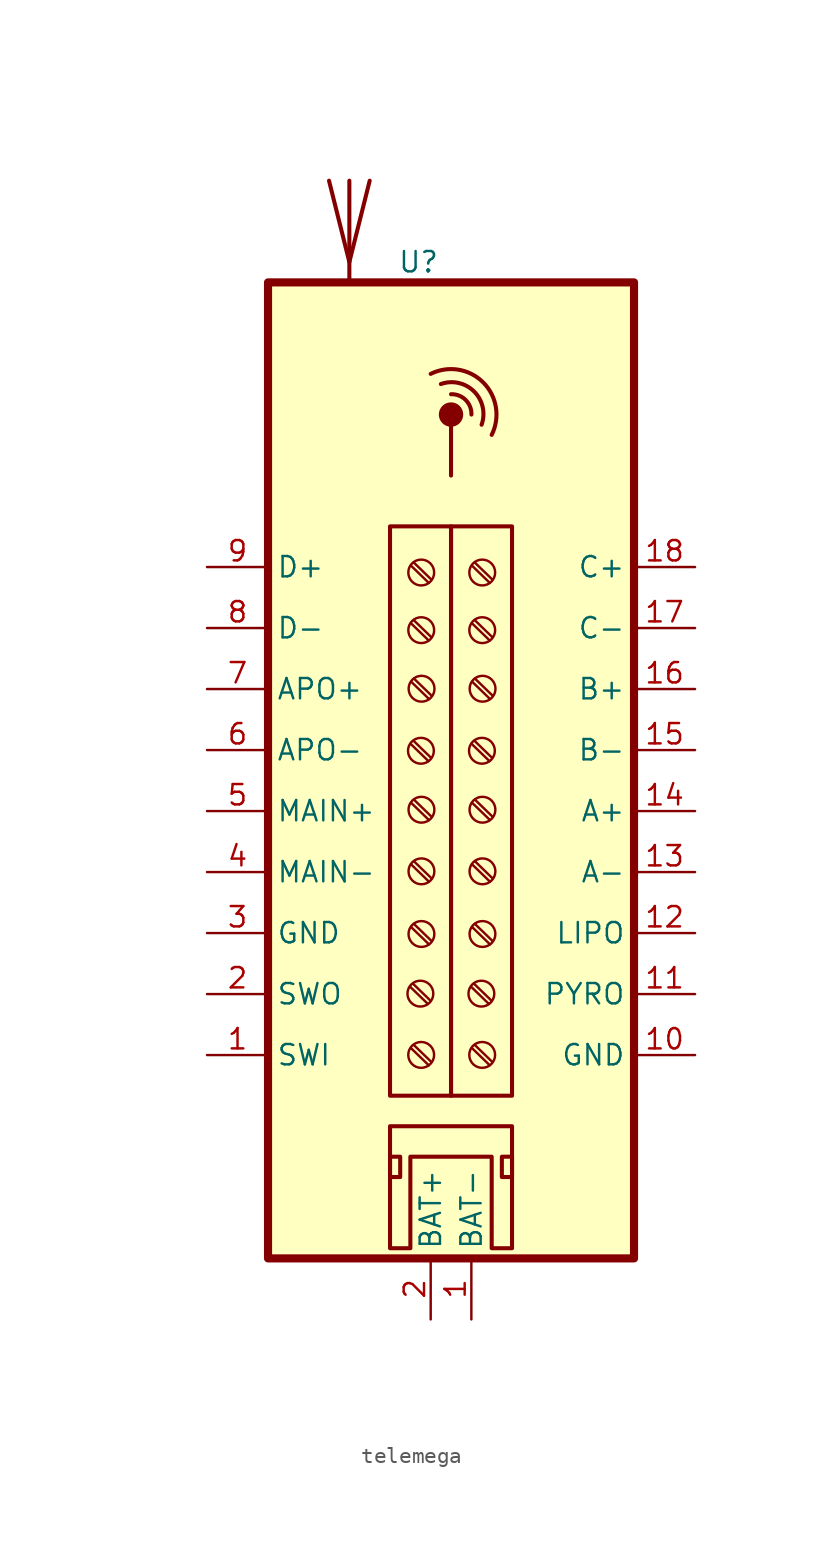
<source format=kicad_sym>
(kicad_symbol_lib
  (version 20231120)
  (generator "kicad_symbol_editor")
  (generator_version "8.0")
  (symbol "telemega"
    (property "Reference" "U"
      (at -2.032 39.37 0)
      (effects (font (size 1.27 1.27))))
    (property "Value" ""
      (at -20.32 12.7 0)
      (effects (font (size 1.27 1.27))))
    (symbol "telemega_0_1"
      (polyline (pts (xy -6.35 44.45) (xy -6.35 38.1)) (stroke (width 0.254) (type default)) (fill (type none)))
      (polyline (pts (xy 0 29.21) (xy 0 26.035)) (stroke (width 0.254) (type default)) (fill (type none)))
      (polyline (pts (xy -5.08 44.45) (xy -6.35 39.37) (xy -7.62 44.45)) (stroke (width 0.254) (type default)) (fill (type none)))
      (circle (center 0 29.845) (radius 0.635) (stroke (width 0.254) (type default)) (fill (type outline)))
      (arc (start 1.27 29.845) (mid 0.9108 30.7558) (end 0 31.115) (stroke (width 0.254) (type default)) (fill (type none)))
      (arc (start 1.905 29.21) (mid 1.4385 31.2835) (end -0.635 31.75) (stroke (width 0.254) (type default)) (fill (type none)))
      (arc (start 2.54 28.575) (mid 2.008 31.853) (end -1.27 32.385) (stroke (width 0.254) (type default)) (fill (type none))))
    (symbol "telemega_1_1"
      (rectangle (start -11.43 38.1) (end 11.43 -22.86) (stroke (width 0.508) (type default)) (fill (type background)))
      (rectangle (start -3.81 -17.78) (end -3.175 -16.51) (stroke (width 0.254) (type default)) (fill (type none)))
      (rectangle (start -3.81 22.86) (end 0 -12.7) (stroke (width 0.254) (type default)) (fill (type background)))
      (circle (center -1.914 -6.324) (radius 0.807) (stroke (width 0.152) (type default)) (fill (type none)))
      (circle (center -1.88 8.845) (radius 0.807) (stroke (width 0.152) (type default)) (fill (type none)))
      (circle (center -1.864 -10.151) (radius 0.807) (stroke (width 0.152) (type default)) (fill (type none)))
      (circle (center -1.861 16.378) (radius 0.807) (stroke (width 0.152) (type default)) (fill (type none)))
      (circle (center -1.861 19.978) (radius 0.807) (stroke (width 0.152) (type default)) (fill (type none)))
      (circle (center -1.847 -2.599) (radius 0.807) (stroke (width 0.152) (type default)) (fill (type none)))
      (circle (center -1.847 1.315) (radius 0.807) (stroke (width 0.152) (type default)) (fill (type none)))
      (circle (center -1.847 5.163) (radius 0.807) (stroke (width 0.152) (type default)) (fill (type none)))
      (circle (center -1.84 12.72) (radius 0.807) (stroke (width 0.152) (type default)) (fill (type none)))
      (polyline (pts (xy -2.54 -5.909) (xy -1.445 -6.969)) (stroke (width 0.152) (type default)) (fill (type none)))
      (polyline (pts (xy -2.507 9.26) (xy -1.412 8.2)) (stroke (width 0.152) (type default)) (fill (type none)))
      (polyline (pts (xy -2.49 -9.736) (xy -1.395 -10.796)) (stroke (width 0.152) (type default)) (fill (type none)))
      (polyline (pts (xy -2.487 16.793) (xy -1.393 15.733)) (stroke (width 0.152) (type default)) (fill (type none)))
      (polyline (pts (xy -2.487 20.393) (xy -1.393 19.333)) (stroke (width 0.152) (type default)) (fill (type none)))
      (polyline (pts (xy -2.474 -2.184) (xy -1.379 -3.244)) (stroke (width 0.152) (type default)) (fill (type none)))
      (polyline (pts (xy -2.474 1.73) (xy -1.379 0.67)) (stroke (width 0.152) (type default)) (fill (type none)))
      (polyline (pts (xy -2.474 5.578) (xy -1.379 4.518)) (stroke (width 0.152) (type default)) (fill (type none)))
      (polyline (pts (xy -2.466 13.135) (xy -1.371 12.075)) (stroke (width 0.152) (type default)) (fill (type none)))
      (polyline (pts (xy -2.38 -5.7) (xy -1.285 -6.76)) (stroke (width 0.152) (type default)) (fill (type none)))
      (polyline (pts (xy -2.347 9.47) (xy -1.252 8.41)) (stroke (width 0.152) (type default)) (fill (type none)))
      (polyline (pts (xy -2.33 -9.526) (xy -1.235 -10.586)) (stroke (width 0.152) (type default)) (fill (type none)))
      (polyline (pts (xy -2.327 17.003) (xy -1.232 15.943)) (stroke (width 0.152) (type default)) (fill (type none)))
      (polyline (pts (xy -2.327 20.603) (xy -1.232 19.543)) (stroke (width 0.152) (type default)) (fill (type none)))
      (polyline (pts (xy -2.313 -1.975) (xy -1.218 -3.035)) (stroke (width 0.152) (type default)) (fill (type none)))
      (polyline (pts (xy -2.313 1.94) (xy -1.218 0.879)) (stroke (width 0.152) (type default)) (fill (type none)))
      (polyline (pts (xy -2.313 5.788) (xy -1.218 4.728)) (stroke (width 0.152) (type default)) (fill (type none)))
      (polyline (pts (xy -2.306 13.345) (xy -1.211 12.285)) (stroke (width 0.152) (type default)) (fill (type none)))
      (polyline (pts (xy 1.27 -5.909) (xy 2.365 -6.969)) (stroke (width 0.152) (type default)) (fill (type none)))
      (polyline (pts (xy 1.303 9.26) (xy 2.398 8.2)) (stroke (width 0.152) (type default)) (fill (type none)))
      (polyline (pts (xy 1.32 -9.736) (xy 2.415 -10.796)) (stroke (width 0.152) (type default)) (fill (type none)))
      (polyline (pts (xy 1.323 16.793) (xy 2.417 15.733)) (stroke (width 0.152) (type default)) (fill (type none)))
      (polyline (pts (xy 1.323 20.393) (xy 2.417 19.333)) (stroke (width 0.152) (type default)) (fill (type none)))
      (polyline (pts (xy 1.336 -2.184) (xy 2.431 -3.244)) (stroke (width 0.152) (type default)) (fill (type none)))
      (polyline (pts (xy 1.336 1.73) (xy 2.431 0.67)) (stroke (width 0.152) (type default)) (fill (type none)))
      (polyline (pts (xy 1.336 5.578) (xy 2.431 4.518)) (stroke (width 0.152) (type default)) (fill (type none)))
      (polyline (pts (xy 1.343 13.135) (xy 2.438 12.075)) (stroke (width 0.152) (type default)) (fill (type none)))
      (polyline (pts (xy 1.43 -5.7) (xy 2.525 -6.76)) (stroke (width 0.152) (type default)) (fill (type none)))
      (polyline (pts (xy 1.463 9.47) (xy 2.558 8.41)) (stroke (width 0.152) (type default)) (fill (type none)))
      (polyline (pts (xy 1.48 -9.526) (xy 2.575 -10.586)) (stroke (width 0.152) (type default)) (fill (type none)))
      (polyline (pts (xy 1.483 17.003) (xy 2.578 15.943)) (stroke (width 0.152) (type default)) (fill (type none)))
      (polyline (pts (xy 1.483 20.603) (xy 2.578 19.543)) (stroke (width 0.152) (type default)) (fill (type none)))
      (polyline (pts (xy 1.497 -1.975) (xy 2.592 -3.035)) (stroke (width 0.152) (type default)) (fill (type none)))
      (polyline (pts (xy 1.497 1.94) (xy 2.592 0.879)) (stroke (width 0.152) (type default)) (fill (type none)))
      (polyline (pts (xy 1.497 5.788) (xy 2.592 4.728)) (stroke (width 0.152) (type default)) (fill (type none)))
      (polyline (pts (xy 1.504 13.345) (xy 2.599 12.285)) (stroke (width 0.152) (type default)) (fill (type none)))
      (polyline (pts (xy -2.54 -16.51) (xy -2.54 -22.225) (xy -3.81 -22.225) (xy -3.81 -14.605) (xy 3.81 -14.605) (xy 3.81 -22.225) (xy 2.54 -22.225) (xy 2.54 -16.51) (xy -2.54 -16.51)) (stroke (width 0.254) (type default)) (fill (type background)))
      (rectangle (start 0 22.86) (end 3.81 -12.7) (stroke (width 0.254) (type default)) (fill (type background)))
      (circle (center 1.896 -6.324) (radius 0.807) (stroke (width 0.152) (type default)) (fill (type none)))
      (circle (center 1.93 8.845) (radius 0.807) (stroke (width 0.152) (type default)) (fill (type none)))
      (circle (center 1.946 -10.151) (radius 0.807) (stroke (width 0.152) (type default)) (fill (type none)))
      (circle (center 1.949 16.378) (radius 0.807) (stroke (width 0.152) (type default)) (fill (type none)))
      (circle (center 1.949 19.978) (radius 0.807) (stroke (width 0.152) (type default)) (fill (type none)))
      (circle (center 1.963 -2.599) (radius 0.807) (stroke (width 0.152) (type default)) (fill (type none)))
      (circle (center 1.963 1.315) (radius 0.807) (stroke (width 0.152) (type default)) (fill (type none)))
      (circle (center 1.963 5.163) (radius 0.807) (stroke (width 0.152) (type default)) (fill (type none)))
      (circle (center 1.97 12.72) (radius 0.807) (stroke (width 0.152) (type default)) (fill (type none)))
      (rectangle (start 3.175 -17.78) (end 3.81 -16.51) (stroke (width 0.254) (type default)) (fill (type none)))
      (pin power_in line (at 1.27 -26.67 90) (length 3.81) (name "BAT-" (effects (font (size 1.27 1.27)))) (number "1" (effects (font (size 1.27 1.27)))))
      (pin output line (at -15.24 -10.16 0) (length 3.81) (name "SWI" (effects (font (size 1.27 1.27)))) (number "1" (effects (font (size 1.27 1.27)))))
      (pin power_in line (at 15.24 -10.16 180) (length 3.81) (name "GND" (effects (font (size 1.27 1.27)))) (number "10" (effects (font (size 1.27 1.27)))))
      (pin power_in line (at 15.24 -6.35 180) (length 3.81) (name "PYRO" (effects (font (size 1.27 1.27)))) (number "11" (effects (font (size 1.27 1.27)))))
      (pin power_out line (at 15.24 -2.54 180) (length 3.81) (name "LIPO" (effects (font (size 1.27 1.27)))) (number "12" (effects (font (size 1.27 1.27)))))
      (pin power_in line (at 15.24 1.27 180) (length 3.81) (name "A-" (effects (font (size 1.27 1.27)))) (number "13" (effects (font (size 1.27 1.27)))))
      (pin power_out line (at 15.24 5.08 180) (length 3.81) (name "A+" (effects (font (size 1.27 1.27)))) (number "14" (effects (font (size 1.27 1.27)))))
      (pin power_in line (at 15.24 8.89 180) (length 3.81) (name "B-" (effects (font (size 1.27 1.27)))) (number "15" (effects (font (size 1.27 1.27)))))
      (pin power_out line (at 15.24 12.7 180) (length 3.81) (name "B+" (effects (font (size 1.27 1.27)))) (number "16" (effects (font (size 1.27 1.27)))))
      (pin power_in line (at 15.24 16.51 180) (length 3.81) (name "C-" (effects (font (size 1.27 1.27)))) (number "17" (effects (font (size 1.27 1.27)))))
      (pin power_out line (at 15.24 20.32 180) (length 3.81) (name "C+" (effects (font (size 1.27 1.27)))) (number "18" (effects (font (size 1.27 1.27)))))
      (pin power_in line (at -1.27 -26.67 90) (length 3.81) (name "BAT+" (effects (font (size 1.27 1.27)))) (number "2" (effects (font (size 1.27 1.27)))))
      (pin input line (at -15.24 -6.35 0) (length 3.81) (name "SWO" (effects (font (size 1.27 1.27)))) (number "2" (effects (font (size 1.27 1.27)))))
      (pin power_in line (at -15.24 -2.54 0) (length 3.81) (name "GND" (effects (font (size 1.27 1.27)))) (number "3" (effects (font (size 1.27 1.27)))))
      (pin power_out line (at -15.24 1.27 0) (length 3.81) (name "MAIN-" (effects (font (size 1.27 1.27)))) (number "4" (effects (font (size 1.27 1.27)))))
      (pin power_in line (at -15.24 5.08 0) (length 3.81) (name "MAIN+" (effects (font (size 1.27 1.27)))) (number "5" (effects (font (size 1.27 1.27)))))
      (pin power_in line (at -15.24 8.89 0) (length 3.81) (name "APO-" (effects (font (size 1.27 1.27)))) (number "6" (effects (font (size 1.27 1.27)))))
      (pin power_out line (at -15.24 12.7 0) (length 3.81) (name "APO+" (effects (font (size 1.27 1.27)))) (number "7" (effects (font (size 1.27 1.27)))))
      (pin power_in line (at -15.24 16.51 0) (length 3.81) (name "D-" (effects (font (size 1.27 1.27)))) (number "8" (effects (font (size 1.27 1.27)))))
      (pin power_out line (at -15.24 20.32 0) (length 3.81) (name "D+" (effects (font (size 1.27 1.27)))) (number "9" (effects (font (size 1.27 1.27))))))))
</source>
